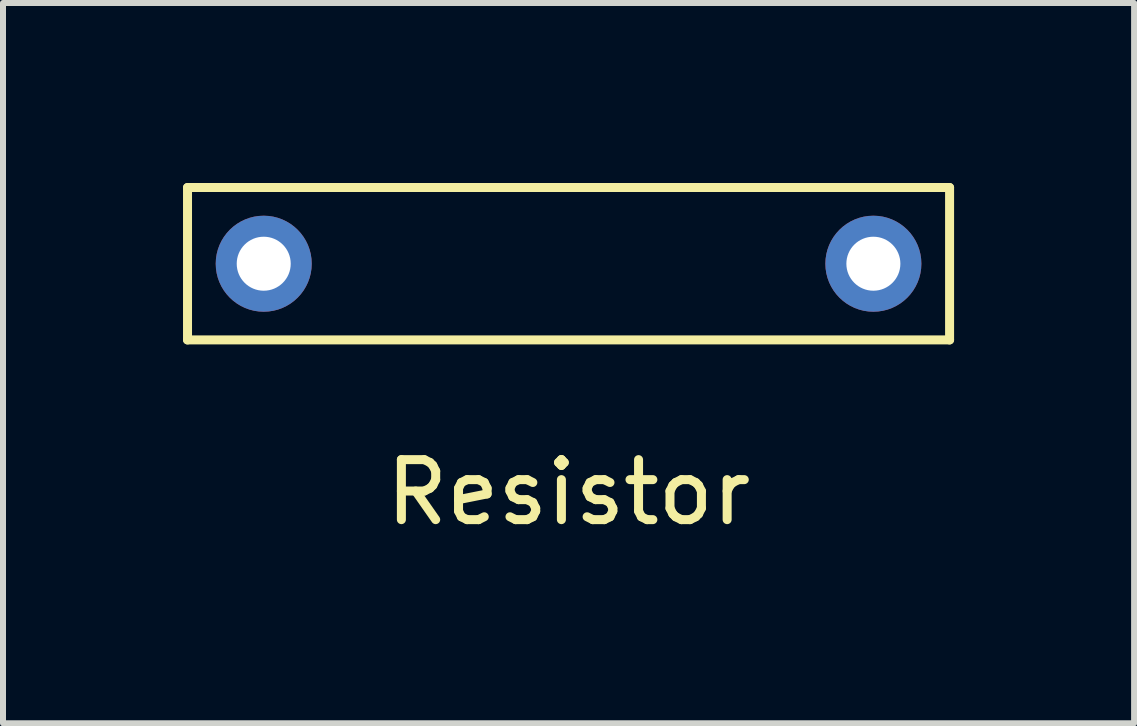
<source format=kicad_pcb>
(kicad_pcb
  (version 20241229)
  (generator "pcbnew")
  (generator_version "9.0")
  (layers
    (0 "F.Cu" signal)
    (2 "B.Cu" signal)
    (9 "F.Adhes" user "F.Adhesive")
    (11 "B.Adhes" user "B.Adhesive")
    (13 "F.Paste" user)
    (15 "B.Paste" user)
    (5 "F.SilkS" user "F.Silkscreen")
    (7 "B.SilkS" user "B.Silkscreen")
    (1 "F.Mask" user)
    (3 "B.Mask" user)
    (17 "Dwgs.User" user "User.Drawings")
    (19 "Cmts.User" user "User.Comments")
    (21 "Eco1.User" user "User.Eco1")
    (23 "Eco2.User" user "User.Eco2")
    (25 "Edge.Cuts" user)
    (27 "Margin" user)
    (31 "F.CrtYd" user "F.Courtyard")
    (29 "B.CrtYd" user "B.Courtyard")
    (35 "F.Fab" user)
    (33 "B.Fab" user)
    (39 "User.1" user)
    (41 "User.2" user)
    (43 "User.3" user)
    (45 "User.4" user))
  (footprint "Resistor"
    (layer "F.Cu")
    (at 6.425 1.345)
    (property "Reference" "Resistor" (at 0 3.81 0) (layer "F.SilkS") (effects (font (size 1 1) (thickness 0.15))))
    (attr through_hole)
    (fp_line (start -6.35 -1.27) (end -6.35 1.27) (stroke (width 0.15) (type solid)) (layer "F.SilkS"))
    (fp_line (start -6.35 1.27) (end 6.35 1.27) (stroke (width 0.15) (type solid)) (layer "F.SilkS"))
    (fp_line (start 6.35 -1.27) (end -6.35 -1.27) (stroke (width 0.15) (type solid)) (layer "F.SilkS"))
    (fp_line (start 6.35 1.27) (end 6.35 -1.27) (stroke (width 0.15) (type solid)) (layer "F.SilkS"))
    (pad "1" thru_hole circle (at -5.08 0) (size 1.6 1.6) (drill 0.9) (layers "*.Cu" "*.Mask"))
    (pad "2" thru_hole circle (at 5.08 0) (size 1.6 1.6) (drill 0.9) (layers "*.Cu" "*.Mask")))
  (gr_rect
    (start -3 -3)
    (end 15.85 9.003)
    (stroke (width 0.1) (type default))
    (fill no)
    (layer "Edge.Cuts")))
</source>
